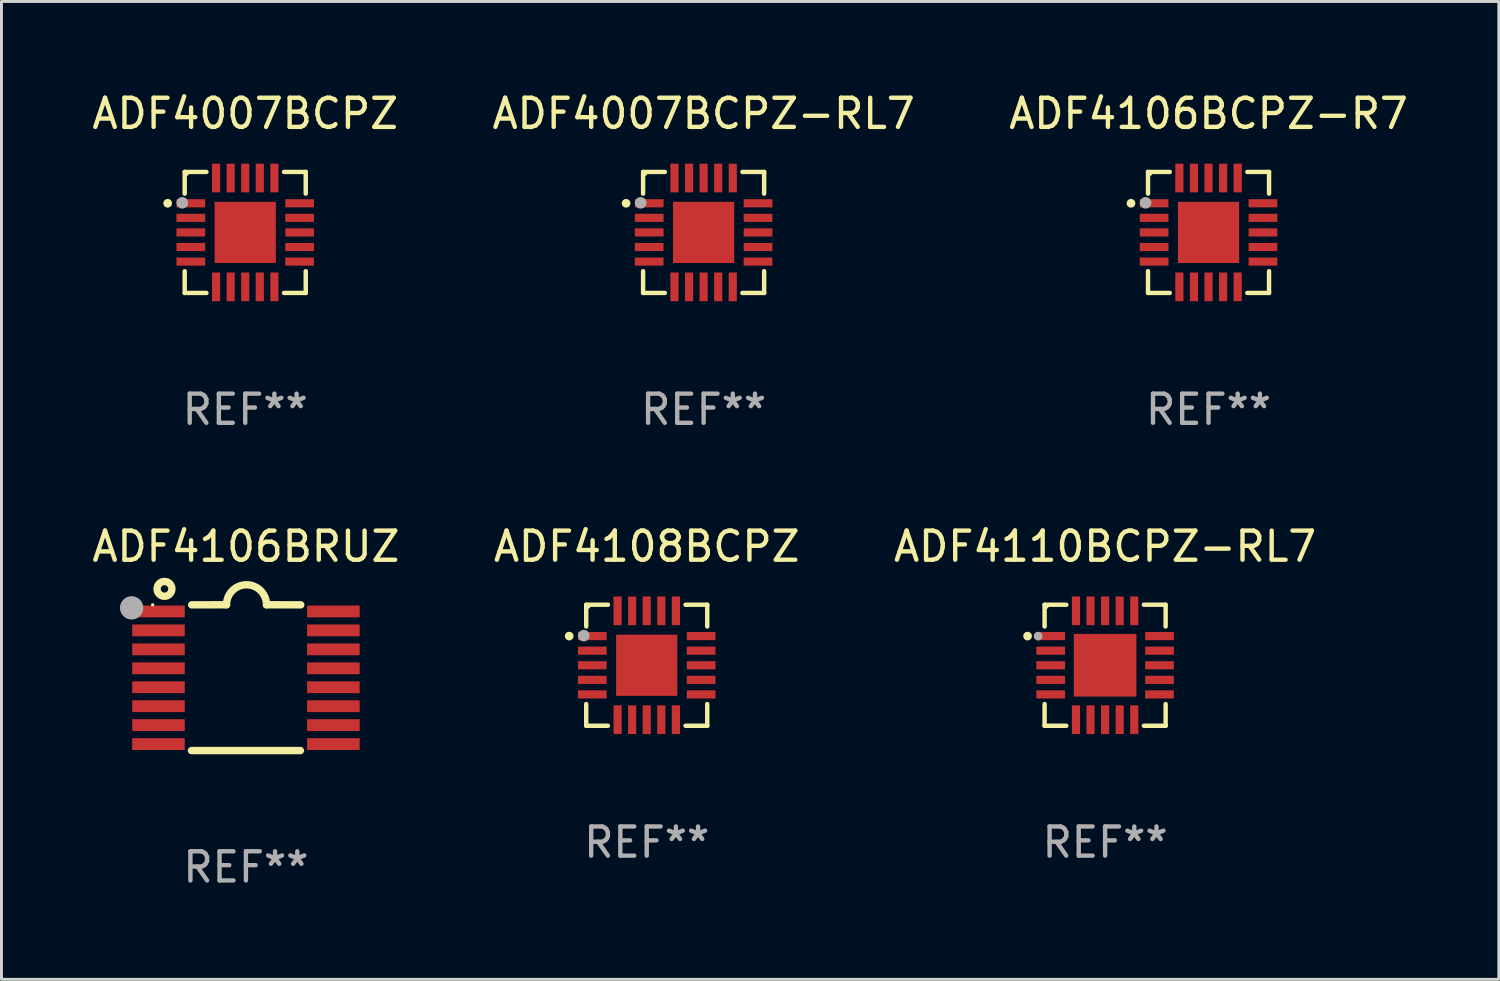
<source format=kicad_pcb>
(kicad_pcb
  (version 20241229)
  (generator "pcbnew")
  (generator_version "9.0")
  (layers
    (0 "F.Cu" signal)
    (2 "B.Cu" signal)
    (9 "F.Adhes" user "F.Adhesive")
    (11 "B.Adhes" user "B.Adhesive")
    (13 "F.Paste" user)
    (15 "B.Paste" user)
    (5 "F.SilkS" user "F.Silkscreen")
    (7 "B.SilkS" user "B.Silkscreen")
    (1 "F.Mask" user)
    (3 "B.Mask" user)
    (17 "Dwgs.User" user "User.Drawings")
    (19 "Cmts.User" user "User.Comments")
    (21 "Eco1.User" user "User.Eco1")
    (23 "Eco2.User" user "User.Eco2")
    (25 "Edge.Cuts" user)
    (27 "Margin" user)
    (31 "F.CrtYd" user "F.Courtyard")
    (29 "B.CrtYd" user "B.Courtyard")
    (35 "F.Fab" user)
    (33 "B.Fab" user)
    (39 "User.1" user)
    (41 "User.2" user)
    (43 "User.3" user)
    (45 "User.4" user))
  (footprint "ADF4007BCPZ-RL7"
    (layer "F.Cu")
    (at 21.089 4.924)
    (property "Reference" "ADF4007BCPZ-RL7" (at 0 -4.076 0) (layer "F.SilkS") (effects (font (size 1 1) (thickness 0.15))))
    (attr through_hole)
    (fp_line (start -2.076 -2.076) (end -2.076 -1.331) (stroke (width 0.152) (type solid)) (layer "F.SilkS"))
    (fp_line (start -2.076 2.076) (end -2.076 1.331) (stroke (width 0.152) (type solid)) (layer "F.SilkS"))
    (fp_line (start -1.331 -2.076) (end -2.076 -2.076) (stroke (width 0.152) (type solid)) (layer "F.SilkS"))
    (fp_line (start -1.331 2.076) (end -2.076 2.076) (stroke (width 0.152) (type solid)) (layer "F.SilkS"))
    (fp_line (start 1.331 -2.076) (end 2.076 -2.076) (stroke (width 0.152) (type solid)) (layer "F.SilkS"))
    (fp_line (start 1.331 2.076) (end 2.076 2.076) (stroke (width 0.152) (type solid)) (layer "F.SilkS"))
    (fp_line (start 2.076 -2.076) (end 2.076 -1.331) (stroke (width 0.152) (type solid)) (layer "F.SilkS"))
    (fp_line (start 2.076 2.076) (end 2.076 1.331) (stroke (width 0.152) (type solid)) (layer "F.SilkS"))
    (fp_circle (center -2.66 -1) (end -2.585 -1) (stroke (width 0.15) (type solid)) (fill no) (layer "F.SilkS"))
    (fp_circle (center -2 -2) (end -1.97 -2) (stroke (width 0.06) (type solid)) (fill no) (layer "F.SilkS"))
    (fp_circle (center -2.159 -1.016) (end -2.059 -1.016) (stroke (width 0.2) (type solid)) (fill no) (layer "F.Fab"))
    (fp_text user "REF**" (at 0 6.076 0) (layer "F.Fab") (effects (font (size 1 1) (thickness 0.15))))
    (pad "1" smd rect (at -1.867 -1) (size 0.985 0.28) (layers "F.Cu" "F.Mask" "F.Paste"))
    (pad "2" smd rect (at -1.867 -0.5) (size 0.985 0.28) (layers "F.Cu" "F.Mask" "F.Paste"))
    (pad "3" smd rect (at -1.867 0) (size 0.985 0.28) (layers "F.Cu" "F.Mask" "F.Paste"))
    (pad "4" smd rect (at -1.867 0.5) (size 0.985 0.28) (layers "F.Cu" "F.Mask" "F.Paste"))
    (pad "5" smd rect (at -1.867 1) (size 0.985 0.28) (layers "F.Cu" "F.Mask" "F.Paste"))
    (pad "6" smd rect (at -1 1.867) (size 0.28 0.985) (layers "F.Cu" "F.Mask" "F.Paste"))
    (pad "7" smd rect (at -0.5 1.867) (size 0.28 0.985) (layers "F.Cu" "F.Mask" "F.Paste"))
    (pad "8" smd rect (at 0 1.867) (size 0.28 0.985) (layers "F.Cu" "F.Mask" "F.Paste"))
    (pad "9" smd rect (at 0.5 1.867) (size 0.28 0.985) (layers "F.Cu" "F.Mask" "F.Paste"))
    (pad "10" smd rect (at 1 1.867) (size 0.28 0.985) (layers "F.Cu" "F.Mask" "F.Paste"))
    (pad "11" smd rect (at 1.867 1) (size 0.985 0.28) (layers "F.Cu" "F.Mask" "F.Paste"))
    (pad "12" smd rect (at 1.867 0.5) (size 0.985 0.28) (layers "F.Cu" "F.Mask" "F.Paste"))
    (pad "13" smd rect (at 1.867 0) (size 0.985 0.28) (layers "F.Cu" "F.Mask" "F.Paste"))
    (pad "14" smd rect (at 1.867 -0.5) (size 0.985 0.28) (layers "F.Cu" "F.Mask" "F.Paste"))
    (pad "15" smd rect (at 1.867 -1) (size 0.985 0.28) (layers "F.Cu" "F.Mask" "F.Paste"))
    (pad "16" smd rect (at 1 -1.867) (size 0.28 0.985) (layers "F.Cu" "F.Mask" "F.Paste"))
    (pad "17" smd rect (at 0.5 -1.867) (size 0.28 0.985) (layers "F.Cu" "F.Mask" "F.Paste"))
    (pad "18" smd rect (at 0 -1.867) (size 0.28 0.985) (layers "F.Cu" "F.Mask" "F.Paste"))
    (pad "19" smd rect (at -0.5 -1.867) (size 0.28 0.985) (layers "F.Cu" "F.Mask" "F.Paste"))
    (pad "20" smd rect (at -1 -1.867) (size 0.28 0.985) (layers "F.Cu" "F.Mask" "F.Paste"))
    (pad "21" smd rect (at 0 0) (size 2.1 2.1) (layers "F.Cu" "F.Mask" "F.Paste")))
  (footprint "ADF4106BCPZ-R7"
    (layer "F.Cu")
    (at 38.411 4.924)
    (property "Reference" "ADF4106BCPZ-R7" (at 0 -4.076 0) (layer "F.SilkS") (effects (font (size 1 1) (thickness 0.15))))
    (attr through_hole)
    (fp_line (start -2.076 -2.076) (end -2.076 -1.331) (stroke (width 0.152) (type solid)) (layer "F.SilkS"))
    (fp_line (start -2.076 2.076) (end -2.076 1.331) (stroke (width 0.152) (type solid)) (layer "F.SilkS"))
    (fp_line (start -1.331 -2.076) (end -2.076 -2.076) (stroke (width 0.152) (type solid)) (layer "F.SilkS"))
    (fp_line (start -1.331 2.076) (end -2.076 2.076) (stroke (width 0.152) (type solid)) (layer "F.SilkS"))
    (fp_line (start 1.331 -2.076) (end 2.076 -2.076) (stroke (width 0.152) (type solid)) (layer "F.SilkS"))
    (fp_line (start 1.331 2.076) (end 2.076 2.076) (stroke (width 0.152) (type solid)) (layer "F.SilkS"))
    (fp_line (start 2.076 -2.076) (end 2.076 -1.331) (stroke (width 0.152) (type solid)) (layer "F.SilkS"))
    (fp_line (start 2.076 2.076) (end 2.076 1.331) (stroke (width 0.152) (type solid)) (layer "F.SilkS"))
    (fp_circle (center -2.66 -1) (end -2.585 -1) (stroke (width 0.15) (type solid)) (fill no) (layer "F.SilkS"))
    (fp_circle (center -2 -2) (end -1.97 -2) (stroke (width 0.06) (type solid)) (fill no) (layer "F.SilkS"))
    (fp_circle (center -2.159 -1.016) (end -2.059 -1.016) (stroke (width 0.2) (type solid)) (fill no) (layer "F.Fab"))
    (fp_text user "REF**" (at 0 6.076 0) (layer "F.Fab") (effects (font (size 1 1) (thickness 0.15))))
    (pad "1" smd rect (at -1.867 -1) (size 0.985 0.28) (layers "F.Cu" "F.Mask" "F.Paste"))
    (pad "2" smd rect (at -1.867 -0.5) (size 0.985 0.28) (layers "F.Cu" "F.Mask" "F.Paste"))
    (pad "3" smd rect (at -1.867 0) (size 0.985 0.28) (layers "F.Cu" "F.Mask" "F.Paste"))
    (pad "4" smd rect (at -1.867 0.5) (size 0.985 0.28) (layers "F.Cu" "F.Mask" "F.Paste"))
    (pad "5" smd rect (at -1.867 1) (size 0.985 0.28) (layers "F.Cu" "F.Mask" "F.Paste"))
    (pad "6" smd rect (at -1 1.867) (size 0.28 0.985) (layers "F.Cu" "F.Mask" "F.Paste"))
    (pad "7" smd rect (at -0.5 1.867) (size 0.28 0.985) (layers "F.Cu" "F.Mask" "F.Paste"))
    (pad "8" smd rect (at 0 1.867) (size 0.28 0.985) (layers "F.Cu" "F.Mask" "F.Paste"))
    (pad "9" smd rect (at 0.5 1.867) (size 0.28 0.985) (layers "F.Cu" "F.Mask" "F.Paste"))
    (pad "10" smd rect (at 1 1.867) (size 0.28 0.985) (layers "F.Cu" "F.Mask" "F.Paste"))
    (pad "11" smd rect (at 1.867 1) (size 0.985 0.28) (layers "F.Cu" "F.Mask" "F.Paste"))
    (pad "12" smd rect (at 1.867 0.5) (size 0.985 0.28) (layers "F.Cu" "F.Mask" "F.Paste"))
    (pad "13" smd rect (at 1.867 0) (size 0.985 0.28) (layers "F.Cu" "F.Mask" "F.Paste"))
    (pad "14" smd rect (at 1.867 -0.5) (size 0.985 0.28) (layers "F.Cu" "F.Mask" "F.Paste"))
    (pad "15" smd rect (at 1.867 -1) (size 0.985 0.28) (layers "F.Cu" "F.Mask" "F.Paste"))
    (pad "16" smd rect (at 1 -1.867) (size 0.28 0.985) (layers "F.Cu" "F.Mask" "F.Paste"))
    (pad "17" smd rect (at 0.5 -1.867) (size 0.28 0.985) (layers "F.Cu" "F.Mask" "F.Paste"))
    (pad "18" smd rect (at 0 -1.867) (size 0.28 0.985) (layers "F.Cu" "F.Mask" "F.Paste"))
    (pad "19" smd rect (at -0.5 -1.867) (size 0.28 0.985) (layers "F.Cu" "F.Mask" "F.Paste"))
    (pad "20" smd rect (at -1 -1.867) (size 0.28 0.985) (layers "F.Cu" "F.Mask" "F.Paste"))
    (pad "21" smd rect (at 0 0) (size 2.1 2.1) (layers "F.Cu" "F.Mask" "F.Paste")))
  (footprint "ADF4110BCPZ-RL7"
    (layer "F.Cu")
    (at 34.863 19.773)
    (property "Reference" "ADF4110BCPZ-RL7" (at 0 -4.076 0) (layer "F.SilkS") (effects (font (size 1 1) (thickness 0.15))))
    (attr through_hole)
    (fp_line (start -2.076 -2.076) (end -2.076 -1.331) (stroke (width 0.152) (type solid)) (layer "F.SilkS"))
    (fp_line (start -2.076 2.076) (end -2.076 1.331) (stroke (width 0.152) (type solid)) (layer "F.SilkS"))
    (fp_line (start -1.331 -2.076) (end -2.076 -2.076) (stroke (width 0.152) (type solid)) (layer "F.SilkS"))
    (fp_line (start -1.331 2.076) (end -2.076 2.076) (stroke (width 0.152) (type solid)) (layer "F.SilkS"))
    (fp_line (start 1.331 -2.076) (end 2.076 -2.076) (stroke (width 0.152) (type solid)) (layer "F.SilkS"))
    (fp_line (start 1.331 2.076) (end 2.076 2.076) (stroke (width 0.152) (type solid)) (layer "F.SilkS"))
    (fp_line (start 2.076 -2.076) (end 2.076 -1.331) (stroke (width 0.152) (type solid)) (layer "F.SilkS"))
    (fp_line (start 2.076 2.076) (end 2.076 1.331) (stroke (width 0.152) (type solid)) (layer "F.SilkS"))
    (fp_circle (center -2.66 -1) (end -2.585 -1) (stroke (width 0.15) (type solid)) (fill no) (layer "F.SilkS"))
    (fp_circle (center -2 -2) (end -1.97 -2) (stroke (width 0.06) (type solid)) (fill no) (layer "F.SilkS"))
    (fp_circle (center -2.3 -1) (end -2.225 -1) (stroke (width 0.15) (type solid)) (fill no) (layer "F.Fab"))
    (fp_text user "REF**" (at 0 6.076 0) (layer "F.Fab") (effects (font (size 1 1) (thickness 0.15))))
    (pad "1" smd rect (at -1.867 -1) (size 0.985 0.28) (layers "F.Cu" "F.Mask" "F.Paste"))
    (pad "2" smd rect (at -1.867 -0.5) (size 0.985 0.28) (layers "F.Cu" "F.Mask" "F.Paste"))
    (pad "3" smd rect (at -1.867 0) (size 0.985 0.28) (layers "F.Cu" "F.Mask" "F.Paste"))
    (pad "4" smd rect (at -1.867 0.5) (size 0.985 0.28) (layers "F.Cu" "F.Mask" "F.Paste"))
    (pad "5" smd rect (at -1.867 1) (size 0.985 0.28) (layers "F.Cu" "F.Mask" "F.Paste"))
    (pad "6" smd rect (at -1 1.867) (size 0.28 0.985) (layers "F.Cu" "F.Mask" "F.Paste"))
    (pad "7" smd rect (at -0.5 1.867) (size 0.28 0.985) (layers "F.Cu" "F.Mask" "F.Paste"))
    (pad "8" smd rect (at 0 1.867) (size 0.28 0.985) (layers "F.Cu" "F.Mask" "F.Paste"))
    (pad "9" smd rect (at 0.5 1.867) (size 0.28 0.985) (layers "F.Cu" "F.Mask" "F.Paste"))
    (pad "10" smd rect (at 1 1.867) (size 0.28 0.985) (layers "F.Cu" "F.Mask" "F.Paste"))
    (pad "11" smd rect (at 1.867 1) (size 0.985 0.28) (layers "F.Cu" "F.Mask" "F.Paste"))
    (pad "12" smd rect (at 1.867 0.5) (size 0.985 0.28) (layers "F.Cu" "F.Mask" "F.Paste"))
    (pad "13" smd rect (at 1.867 0) (size 0.985 0.28) (layers "F.Cu" "F.Mask" "F.Paste"))
    (pad "14" smd rect (at 1.867 -0.5) (size 0.985 0.28) (layers "F.Cu" "F.Mask" "F.Paste"))
    (pad "15" smd rect (at 1.867 -1) (size 0.985 0.28) (layers "F.Cu" "F.Mask" "F.Paste"))
    (pad "16" smd rect (at 1 -1.867) (size 0.28 0.985) (layers "F.Cu" "F.Mask" "F.Paste"))
    (pad "17" smd rect (at 0.5 -1.867) (size 0.28 0.985) (layers "F.Cu" "F.Mask" "F.Paste"))
    (pad "18" smd rect (at 0 -1.867) (size 0.28 0.985) (layers "F.Cu" "F.Mask" "F.Paste"))
    (pad "19" smd rect (at -0.5 -1.867) (size 0.28 0.985) (layers "F.Cu" "F.Mask" "F.Paste"))
    (pad "20" smd rect (at -1 -1.867) (size 0.28 0.985) (layers "F.Cu" "F.Mask" "F.Paste"))
    (pad "21" smd rect (at 0 0) (size 2.15 2.15) (layers "F.Cu" "F.Mask" "F.Paste")))
  (footprint "ADF4106BRUZ"
    (layer "F.Cu")
    (at 5.387 20.199)
    (property "Reference" "ADF4106BRUZ" (at 0 -4.501 0) (layer "F.SilkS") (effects (font (size 1 1) (thickness 0.15))))
    (attr through_hole)
    (fp_line (start -1.868 2.501) (end 1.868 2.501) (stroke (width 0.254) (type solid)) (layer "F.SilkS"))
    (fp_line (start -1.86 -2.499) (end -0.666 -2.501) (stroke (width 0.254) (type solid)) (layer "F.SilkS"))
    (fp_line (start 0.706 -2.501) (end 1.88 -2.499) (stroke (width 0.254) (type solid)) (layer "F.SilkS"))
    (fp_arc (start -0.665914 -2.501448) (mid 0.019888 -3.18725) (end 0.70569 -2.501448) (stroke (width 0.254001) (type solid)) (layer "F.SilkS"))
    (fp_circle (center -3.2 -2.497) (end -3.17 -2.497) (stroke (width 0.06) (type solid)) (fill no) (layer "F.SilkS"))
    (fp_circle (center -2.794 -3.047) (end -2.54 -3.047) (stroke (width 0.254) (type solid)) (fill no) (layer "F.SilkS"))
    (fp_circle (center -3.921 -2.395) (end -3.721 -2.395) (stroke (width 0.4) (type solid)) (fill no) (layer "F.Fab"))
    (fp_text user "REF**" (at 0 6.501 0) (layer "F.Fab") (effects (font (size 1 1) (thickness 0.15))))
    (pad "1" smd rect (at -3 -2.272) (size 1.803 0.406) (layers "F.Cu" "F.Mask" "F.Paste"))
    (pad "2" smd rect (at -3 -1.622) (size 1.803 0.406) (layers "F.Cu" "F.Mask" "F.Paste"))
    (pad "3" smd rect (at -3 -0.972) (size 1.803 0.406) (layers "F.Cu" "F.Mask" "F.Paste"))
    (pad "4" smd rect (at -3 -0.322) (size 1.803 0.406) (layers "F.Cu" "F.Mask" "F.Paste"))
    (pad "5" smd rect (at -3 0.328) (size 1.803 0.406) (layers "F.Cu" "F.Mask" "F.Paste"))
    (pad "6" smd rect (at -3 0.978) (size 1.803 0.406) (layers "F.Cu" "F.Mask" "F.Paste"))
    (pad "7" smd rect (at -3 1.628) (size 1.803 0.406) (layers "F.Cu" "F.Mask" "F.Paste"))
    (pad "8" smd rect (at -3 2.278) (size 1.803 0.406) (layers "F.Cu" "F.Mask" "F.Paste"))
    (pad "9" smd rect (at 3 2.278) (size 1.803 0.406) (layers "F.Cu" "F.Mask" "F.Paste"))
    (pad "10" smd rect (at 3 1.628) (size 1.803 0.406) (layers "F.Cu" "F.Mask" "F.Paste"))
    (pad "11" smd rect (at 3 0.978) (size 1.803 0.406) (layers "F.Cu" "F.Mask" "F.Paste"))
    (pad "12" smd rect (at 3 0.328) (size 1.803 0.406) (layers "F.Cu" "F.Mask" "F.Paste"))
    (pad "13" smd rect (at 3 -0.322) (size 1.803 0.406) (layers "F.Cu" "F.Mask" "F.Paste"))
    (pad "14" smd rect (at 3 -0.972) (size 1.803 0.406) (layers "F.Cu" "F.Mask" "F.Paste"))
    (pad "15" smd rect (at 3 -1.622) (size 1.803 0.406) (layers "F.Cu" "F.Mask" "F.Paste"))
    (pad "16" smd rect (at 3 -2.272) (size 1.803 0.406) (layers "F.Cu" "F.Mask" "F.Paste")))
  (footprint "ADF4108BCPZ"
    (layer "F.Cu")
    (at 19.137 19.773)
    (property "Reference" "ADF4108BCPZ" (at 0 -4.076 0) (layer "F.SilkS") (effects (font (size 1 1) (thickness 0.15))))
    (attr through_hole)
    (fp_line (start -2.076 -2.076) (end -2.076 -1.331) (stroke (width 0.152) (type solid)) (layer "F.SilkS"))
    (fp_line (start -2.076 2.076) (end -2.076 1.331) (stroke (width 0.152) (type solid)) (layer "F.SilkS"))
    (fp_line (start -1.331 -2.076) (end -2.076 -2.076) (stroke (width 0.152) (type solid)) (layer "F.SilkS"))
    (fp_line (start -1.331 2.076) (end -2.076 2.076) (stroke (width 0.152) (type solid)) (layer "F.SilkS"))
    (fp_line (start 1.331 -2.076) (end 2.076 -2.076) (stroke (width 0.152) (type solid)) (layer "F.SilkS"))
    (fp_line (start 1.331 2.076) (end 2.076 2.076) (stroke (width 0.152) (type solid)) (layer "F.SilkS"))
    (fp_line (start 2.076 -2.076) (end 2.076 -1.331) (stroke (width 0.152) (type solid)) (layer "F.SilkS"))
    (fp_line (start 2.076 2.076) (end 2.076 1.331) (stroke (width 0.152) (type solid)) (layer "F.SilkS"))
    (fp_circle (center -2.66 -1) (end -2.585 -1) (stroke (width 0.15) (type solid)) (fill no) (layer "F.SilkS"))
    (fp_circle (center -2 -2) (end -1.97 -2) (stroke (width 0.06) (type solid)) (fill no) (layer "F.SilkS"))
    (fp_circle (center -2.159 -1.016) (end -2.059 -1.016) (stroke (width 0.2) (type solid)) (fill no) (layer "F.Fab"))
    (fp_text user "REF**" (at 0 6.076 0) (layer "F.Fab") (effects (font (size 1 1) (thickness 0.15))))
    (pad "1" smd rect (at -1.867 -1) (size 0.985 0.28) (layers "F.Cu" "F.Mask" "F.Paste"))
    (pad "2" smd rect (at -1.867 -0.5) (size 0.985 0.28) (layers "F.Cu" "F.Mask" "F.Paste"))
    (pad "3" smd rect (at -1.867 0) (size 0.985 0.28) (layers "F.Cu" "F.Mask" "F.Paste"))
    (pad "4" smd rect (at -1.867 0.5) (size 0.985 0.28) (layers "F.Cu" "F.Mask" "F.Paste"))
    (pad "5" smd rect (at -1.867 1) (size 0.985 0.28) (layers "F.Cu" "F.Mask" "F.Paste"))
    (pad "6" smd rect (at -1 1.867) (size 0.28 0.985) (layers "F.Cu" "F.Mask" "F.Paste"))
    (pad "7" smd rect (at -0.5 1.867) (size 0.28 0.985) (layers "F.Cu" "F.Mask" "F.Paste"))
    (pad "8" smd rect (at 0 1.867) (size 0.28 0.985) (layers "F.Cu" "F.Mask" "F.Paste"))
    (pad "9" smd rect (at 0.5 1.867) (size 0.28 0.985) (layers "F.Cu" "F.Mask" "F.Paste"))
    (pad "10" smd rect (at 1 1.867) (size 0.28 0.985) (layers "F.Cu" "F.Mask" "F.Paste"))
    (pad "11" smd rect (at 1.867 1) (size 0.985 0.28) (layers "F.Cu" "F.Mask" "F.Paste"))
    (pad "12" smd rect (at 1.867 0.5) (size 0.985 0.28) (layers "F.Cu" "F.Mask" "F.Paste"))
    (pad "13" smd rect (at 1.867 0) (size 0.985 0.28) (layers "F.Cu" "F.Mask" "F.Paste"))
    (pad "14" smd rect (at 1.867 -0.5) (size 0.985 0.28) (layers "F.Cu" "F.Mask" "F.Paste"))
    (pad "15" smd rect (at 1.867 -1) (size 0.985 0.28) (layers "F.Cu" "F.Mask" "F.Paste"))
    (pad "16" smd rect (at 1 -1.867) (size 0.28 0.985) (layers "F.Cu" "F.Mask" "F.Paste"))
    (pad "17" smd rect (at 0.5 -1.867) (size 0.28 0.985) (layers "F.Cu" "F.Mask" "F.Paste"))
    (pad "18" smd rect (at 0 -1.867) (size 0.28 0.985) (layers "F.Cu" "F.Mask" "F.Paste"))
    (pad "19" smd rect (at -0.5 -1.867) (size 0.28 0.985) (layers "F.Cu" "F.Mask" "F.Paste"))
    (pad "20" smd rect (at -1 -1.867) (size 0.28 0.985) (layers "F.Cu" "F.Mask" "F.Paste"))
    (pad "21" smd rect (at 0 0) (size 2.1 2.1) (layers "F.Cu" "F.Mask" "F.Paste")))
  (footprint "ADF4007BCPZ"
    (layer "F.Cu")
    (at 5.363 4.924)
    (property "Reference" "ADF4007BCPZ" (at 0 -4.076 0) (layer "F.SilkS") (effects (font (size 1 1) (thickness 0.15))))
    (attr through_hole)
    (fp_line (start -2.076 -2.076) (end -2.076 -1.331) (stroke (width 0.152) (type solid)) (layer "F.SilkS"))
    (fp_line (start -2.076 2.076) (end -2.076 1.331) (stroke (width 0.152) (type solid)) (layer "F.SilkS"))
    (fp_line (start -1.331 -2.076) (end -2.076 -2.076) (stroke (width 0.152) (type solid)) (layer "F.SilkS"))
    (fp_line (start -1.331 2.076) (end -2.076 2.076) (stroke (width 0.152) (type solid)) (layer "F.SilkS"))
    (fp_line (start 1.331 -2.076) (end 2.076 -2.076) (stroke (width 0.152) (type solid)) (layer "F.SilkS"))
    (fp_line (start 1.331 2.076) (end 2.076 2.076) (stroke (width 0.152) (type solid)) (layer "F.SilkS"))
    (fp_line (start 2.076 -2.076) (end 2.076 -1.331) (stroke (width 0.152) (type solid)) (layer "F.SilkS"))
    (fp_line (start 2.076 2.076) (end 2.076 1.331) (stroke (width 0.152) (type solid)) (layer "F.SilkS"))
    (fp_circle (center -2.66 -1) (end -2.585 -1) (stroke (width 0.15) (type solid)) (fill no) (layer "F.SilkS"))
    (fp_circle (center -2 -2) (end -1.97 -2) (stroke (width 0.06) (type solid)) (fill no) (layer "F.SilkS"))
    (fp_circle (center -2.159 -1.016) (end -2.059 -1.016) (stroke (width 0.2) (type solid)) (fill no) (layer "F.Fab"))
    (fp_text user "REF**" (at 0 6.076 0) (layer "F.Fab") (effects (font (size 1 1) (thickness 0.15))))
    (pad "1" smd rect (at -1.867 -1) (size 0.985 0.28) (layers "F.Cu" "F.Mask" "F.Paste"))
    (pad "2" smd rect (at -1.867 -0.5) (size 0.985 0.28) (layers "F.Cu" "F.Mask" "F.Paste"))
    (pad "3" smd rect (at -1.867 0) (size 0.985 0.28) (layers "F.Cu" "F.Mask" "F.Paste"))
    (pad "4" smd rect (at -1.867 0.5) (size 0.985 0.28) (layers "F.Cu" "F.Mask" "F.Paste"))
    (pad "5" smd rect (at -1.867 1) (size 0.985 0.28) (layers "F.Cu" "F.Mask" "F.Paste"))
    (pad "6" smd rect (at -1 1.867) (size 0.28 0.985) (layers "F.Cu" "F.Mask" "F.Paste"))
    (pad "7" smd rect (at -0.5 1.867) (size 0.28 0.985) (layers "F.Cu" "F.Mask" "F.Paste"))
    (pad "8" smd rect (at 0 1.867) (size 0.28 0.985) (layers "F.Cu" "F.Mask" "F.Paste"))
    (pad "9" smd rect (at 0.5 1.867) (size 0.28 0.985) (layers "F.Cu" "F.Mask" "F.Paste"))
    (pad "10" smd rect (at 1 1.867) (size 0.28 0.985) (layers "F.Cu" "F.Mask" "F.Paste"))
    (pad "11" smd rect (at 1.867 1) (size 0.985 0.28) (layers "F.Cu" "F.Mask" "F.Paste"))
    (pad "12" smd rect (at 1.867 0.5) (size 0.985 0.28) (layers "F.Cu" "F.Mask" "F.Paste"))
    (pad "13" smd rect (at 1.867 0) (size 0.985 0.28) (layers "F.Cu" "F.Mask" "F.Paste"))
    (pad "14" smd rect (at 1.867 -0.5) (size 0.985 0.28) (layers "F.Cu" "F.Mask" "F.Paste"))
    (pad "15" smd rect (at 1.867 -1) (size 0.985 0.28) (layers "F.Cu" "F.Mask" "F.Paste"))
    (pad "16" smd rect (at 1 -1.867) (size 0.28 0.985) (layers "F.Cu" "F.Mask" "F.Paste"))
    (pad "17" smd rect (at 0.5 -1.867) (size 0.28 0.985) (layers "F.Cu" "F.Mask" "F.Paste"))
    (pad "18" smd rect (at 0 -1.867) (size 0.28 0.985) (layers "F.Cu" "F.Mask" "F.Paste"))
    (pad "19" smd rect (at -0.5 -1.867) (size 0.28 0.985) (layers "F.Cu" "F.Mask" "F.Paste"))
    (pad "20" smd rect (at -1 -1.867) (size 0.28 0.985) (layers "F.Cu" "F.Mask" "F.Paste"))
    (pad "21" smd rect (at 0 0) (size 2.1 2.1) (layers "F.Cu" "F.Mask" "F.Paste")))
  (gr_rect
    (start -3 -3)
    (end 48.369 30.548)
    (stroke (width 0.1) (type default))
    (fill no)
    (layer "Edge.Cuts")))
</source>
